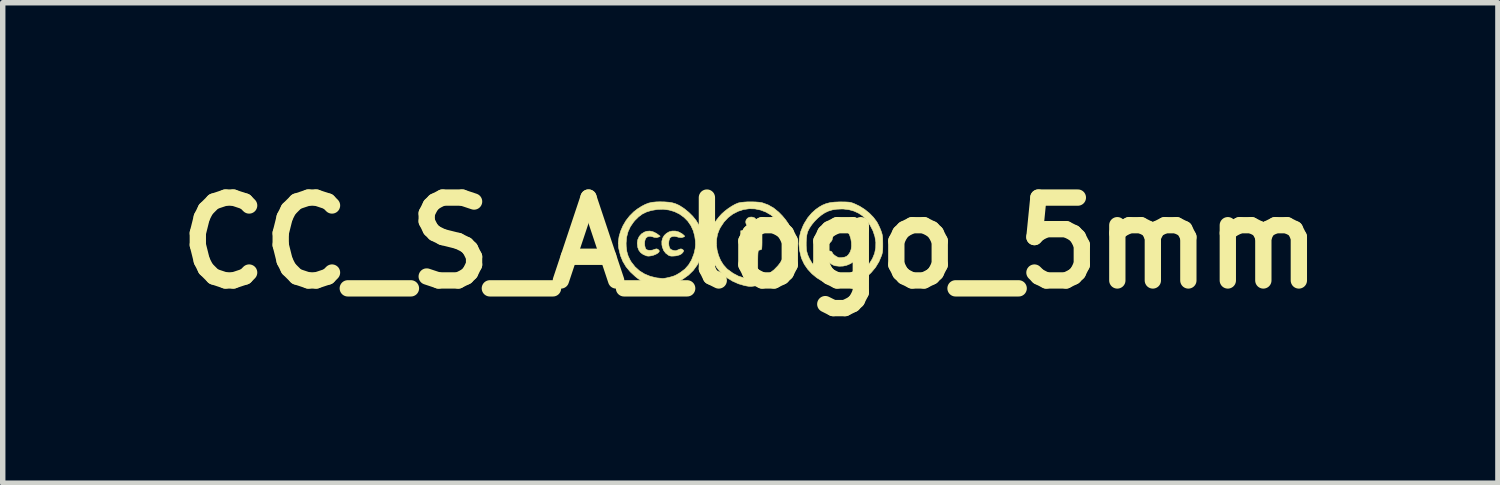
<source format=kicad_pcb>
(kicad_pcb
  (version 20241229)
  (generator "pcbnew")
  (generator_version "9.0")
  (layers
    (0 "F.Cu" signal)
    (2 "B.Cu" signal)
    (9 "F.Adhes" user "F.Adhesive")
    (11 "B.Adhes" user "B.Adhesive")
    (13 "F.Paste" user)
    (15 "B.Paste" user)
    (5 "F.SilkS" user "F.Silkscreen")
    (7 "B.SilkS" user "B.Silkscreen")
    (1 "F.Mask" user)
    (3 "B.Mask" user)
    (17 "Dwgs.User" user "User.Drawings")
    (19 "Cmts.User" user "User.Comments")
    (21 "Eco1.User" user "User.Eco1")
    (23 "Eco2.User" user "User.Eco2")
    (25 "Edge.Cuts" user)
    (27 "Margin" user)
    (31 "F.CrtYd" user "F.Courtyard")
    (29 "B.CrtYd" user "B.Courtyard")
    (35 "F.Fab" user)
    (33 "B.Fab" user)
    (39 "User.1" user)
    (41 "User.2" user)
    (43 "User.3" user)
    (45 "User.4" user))
  (footprint "CC_S_A_logo_5mm"
    (layer "F.Cu")
    (at 10.748 1.418)
    (property "Reference" "CC_S_A_logo_5mm" (at 0 0 0) (layer "F.SilkS") (effects (font (size 1.524 1.524) (thickness 0.3))))
    (attr through_hole)
    (fp_poly (pts (xy 0.072 -0.465) (xy 0.096 -0.446) (xy 0.105 -0.415) (xy 0.104 -0.386) (xy 0.091 -0.341) (xy 0.068 -0.308) (xy 0.037 -0.29) (xy 0.001 -0.288) (xy -0.037 -0.304) (xy -0.038 -0.305) (xy -0.069 -0.334) (xy -0.083 -0.369) (xy -0.083 -0.404) (xy -0.069 -0.435) (xy -0.044 -0.46) (xy -0.008 -0.475) (xy 0.032 -0.476) (xy 0.072 -0.465)) (stroke (width 0.01) (type solid)) (fill yes) (layer "F.SilkS"))
    (fp_poly (pts (xy 0.001 -0.224) (xy 0.058 -0.223) (xy 0.109 -0.22) (xy 0.14 -0.218) (xy 0.215 -0.212) (xy 0.215 -0.058) (xy 0.215 -0.004) (xy 0.214 0.044) (xy 0.212 0.081) (xy 0.21 0.105) (xy 0.209 0.112) (xy 0.196 0.124) (xy 0.18 0.127) (xy 0.158 0.134) (xy 0.147 0.146) (xy 0.143 0.162) (xy 0.14 0.195) (xy 0.138 0.241) (xy 0.137 0.297) (xy 0.137 0.332) (xy 0.137 0.498) (xy -0.085 0.498) (xy -0.091 0.339) (xy -0.093 0.284) (xy -0.096 0.235) (xy -0.099 0.196) (xy -0.102 0.17) (xy -0.103 0.163) (xy -0.116 0.146) (xy -0.137 0.132) (xy -0.15 0.123) (xy -0.16 0.111) (xy -0.167 0.092) (xy -0.172 0.064) (xy -0.174 0.024) (xy -0.176 -0.03) (xy -0.176 -0.084) (xy -0.176 -0.225) (xy -0.055 -0.225) (xy 0.001 -0.224)) (stroke (width 0.01) (type solid)) (fill yes) (layer "F.SilkS"))
    (fp_poly (pts (xy -1.789 -0.206) (xy -1.729 -0.177) (xy -1.705 -0.16) (xy -1.658 -0.124) (xy -1.681 -0.111) (xy -1.722 -0.099) (xy -1.769 -0.104) (xy -1.798 -0.114) (xy -1.843 -0.124) (xy -1.883 -0.118) (xy -1.915 -0.096) (xy -1.931 -0.07) (xy -1.941 -0.034) (xy -1.944 0.008) (xy -1.941 0.051) (xy -1.932 0.089) (xy -1.919 0.115) (xy -1.915 0.119) (xy -1.886 0.132) (xy -1.846 0.136) (xy -1.802 0.132) (xy -1.772 0.122) (xy -1.74 0.111) (xy -1.719 0.109) (xy -1.7 0.117) (xy -1.69 0.125) (xy -1.675 0.141) (xy -1.675 0.155) (xy -1.679 0.164) (xy -1.7 0.186) (xy -1.734 0.206) (xy -1.777 0.224) (xy -1.823 0.236) (xy -1.866 0.242) (xy -1.902 0.239) (xy -1.905 0.238) (xy -1.969 0.212) (xy -2.016 0.178) (xy -2.049 0.135) (xy -2.07 0.081) (xy -2.071 0.073) (xy -2.079 0.002) (xy -2.069 -0.062) (xy -2.043 -0.119) (xy -2.002 -0.166) (xy -1.948 -0.2) (xy -1.903 -0.215) (xy -1.848 -0.219) (xy -1.789 -0.206)) (stroke (width 0.01) (type solid)) (fill yes) (layer "F.SilkS"))
    (fp_poly (pts (xy -1.32 -0.204) (xy -1.262 -0.173) (xy -1.245 -0.161) (xy -1.221 -0.14) (xy -1.209 -0.128) (xy -1.209 -0.12) (xy -1.219 -0.113) (xy -1.223 -0.111) (xy -1.264 -0.099) (xy -1.316 -0.104) (xy -1.348 -0.113) (xy -1.392 -0.123) (xy -1.433 -0.119) (xy -1.465 -0.105) (xy -1.483 -0.083) (xy -1.497 -0.038) (xy -1.501 0.011) (xy -1.496 0.057) (xy -1.482 0.096) (xy -1.47 0.112) (xy -1.451 0.124) (xy -1.423 0.135) (xy -1.414 0.137) (xy -1.385 0.143) (xy -1.362 0.141) (xy -1.334 0.129) (xy -1.331 0.128) (xy -1.299 0.114) (xy -1.277 0.109) (xy -1.259 0.113) (xy -1.243 0.123) (xy -1.229 0.135) (xy -1.227 0.147) (xy -1.236 0.167) (xy -1.263 0.198) (xy -1.306 0.221) (xy -1.362 0.236) (xy -1.401 0.24) (xy -1.445 0.242) (xy -1.476 0.238) (xy -1.5 0.229) (xy -1.554 0.189) (xy -1.593 0.139) (xy -1.618 0.075) (xy -1.626 0.033) (xy -1.627 -0.032) (xy -1.611 -0.09) (xy -1.582 -0.139) (xy -1.541 -0.177) (xy -1.493 -0.205) (xy -1.438 -0.219) (xy -1.379 -0.219) (xy -1.32 -0.204)) (stroke (width 0.01) (type solid)) (fill yes) (layer "F.SilkS"))
    (fp_poly (pts (xy 1.668 -0.395) (xy 1.705 -0.39) (xy 1.73 -0.385) (xy 1.816 -0.361) (xy 1.888 -0.323) (xy 1.948 -0.271) (xy 1.995 -0.204) (xy 2.029 -0.122) (xy 2.047 -0.05) (xy 2.055 0.038) (xy 2.045 0.122) (xy 2.017 0.2) (xy 1.974 0.27) (xy 1.915 0.331) (xy 1.843 0.38) (xy 1.773 0.41) (xy 1.707 0.425) (xy 1.635 0.428) (xy 1.565 0.42) (xy 1.542 0.414) (xy 1.505 0.397) (xy 1.466 0.37) (xy 1.427 0.337) (xy 1.391 0.299) (xy 1.361 0.26) (xy 1.338 0.223) (xy 1.327 0.191) (xy 1.328 0.167) (xy 1.328 0.166) (xy 1.337 0.156) (xy 1.35 0.15) (xy 1.374 0.147) (xy 1.41 0.147) (xy 1.451 0.147) (xy 1.477 0.151) (xy 1.494 0.159) (xy 1.505 0.173) (xy 1.512 0.188) (xy 1.527 0.208) (xy 1.553 0.23) (xy 1.575 0.244) (xy 1.607 0.262) (xy 1.632 0.27) (xy 1.66 0.271) (xy 1.683 0.269) (xy 1.734 0.261) (xy 1.771 0.246) (xy 1.801 0.22) (xy 1.828 0.18) (xy 1.836 0.165) (xy 1.854 0.116) (xy 1.861 0.055) (xy 1.859 -0.012) (xy 1.848 -0.079) (xy 1.828 -0.141) (xy 1.815 -0.169) (xy 1.785 -0.205) (xy 1.744 -0.226) (xy 1.69 -0.233) (xy 1.657 -0.23) (xy 1.598 -0.216) (xy 1.553 -0.189) (xy 1.523 -0.151) (xy 1.51 -0.102) (xy 1.509 -0.091) (xy 1.506 -0.065) (xy 1.499 -0.045) (xy 1.482 -0.023) (xy 1.459 0.001) (xy 1.411 0.049) (xy 1.356 -0.000094) (xy 1.329 -0.024) (xy 1.309 -0.043) (xy 1.298 -0.061) (xy 1.296 -0.079) (xy 1.303 -0.102) (xy 1.318 -0.132) (xy 1.344 -0.173) (xy 1.379 -0.227) (xy 1.38 -0.229) (xy 1.434 -0.297) (xy 1.496 -0.348) (xy 1.566 -0.381) (xy 1.586 -0.387) (xy 1.615 -0.394) (xy 1.641 -0.396) (xy 1.668 -0.395)) (stroke (width 0.01) (type solid)) (fill yes) (layer "F.SilkS"))
    (fp_poly (pts (xy 0.098 -0.754) (xy 0.161 -0.749) (xy 0.211 -0.741) (xy 0.224 -0.738) (xy 0.328 -0.7) (xy 0.428 -0.643) (xy 0.522 -0.567) (xy 0.59 -0.497) (xy 0.65 -0.425) (xy 0.696 -0.358) (xy 0.73 -0.292) (xy 0.753 -0.223) (xy 0.768 -0.146) (xy 0.775 -0.058) (xy 0.776 0.015) (xy 0.773 0.109) (xy 0.766 0.189) (xy 0.753 0.255) (xy 0.734 0.313) (xy 0.711 0.361) (xy 0.639 0.468) (xy 0.554 0.561) (xy 0.457 0.641) (xy 0.349 0.706) (xy 0.232 0.755) (xy 0.109 0.785) (xy 0.103 0.787) (xy 0.056 0.794) (xy 0.022 0.798) (xy -0.006 0.799) (xy -0.035 0.796) (xy -0.072 0.79) (xy -0.107 0.783) (xy -0.217 0.751) (xy -0.325 0.703) (xy -0.427 0.641) (xy -0.518 0.567) (xy -0.564 0.52) (xy -0.615 0.455) (xy -0.661 0.383) (xy -0.699 0.308) (xy -0.727 0.236) (xy -0.742 0.173) (xy -0.75 0.092) (xy -0.752 0.032) (xy -0.623 0.032) (xy -0.611 0.131) (xy -0.585 0.228) (xy -0.547 0.319) (xy -0.496 0.401) (xy -0.434 0.471) (xy -0.413 0.489) (xy -0.316 0.559) (xy -0.219 0.61) (xy -0.12 0.641) (xy -0.018 0.654) (xy 0.087 0.648) (xy 0.172 0.631) (xy 0.271 0.598) (xy 0.359 0.552) (xy 0.438 0.492) (xy 0.512 0.415) (xy 0.549 0.366) (xy 0.599 0.282) (xy 0.634 0.189) (xy 0.654 0.092) (xy 0.658 -0.005) (xy 0.654 -0.045) (xy 0.637 -0.139) (xy 0.614 -0.219) (xy 0.581 -0.291) (xy 0.539 -0.357) (xy 0.535 -0.363) (xy 0.461 -0.447) (xy 0.377 -0.516) (xy 0.285 -0.569) (xy 0.187 -0.606) (xy 0.085 -0.627) (xy -0.019 -0.63) (xy -0.124 -0.615) (xy -0.223 -0.583) (xy -0.322 -0.532) (xy -0.408 -0.467) (xy -0.483 -0.387) (xy -0.547 -0.291) (xy -0.57 -0.248) (xy -0.603 -0.161) (xy -0.62 -0.067) (xy -0.623 0.032) (xy -0.752 0.032) (xy -0.753 0.009) (xy -0.751 -0.073) (xy -0.744 -0.149) (xy -0.733 -0.214) (xy -0.718 -0.265) (xy -0.716 -0.269) (xy -0.693 -0.314) (xy -0.659 -0.368) (xy -0.618 -0.425) (xy -0.575 -0.48) (xy -0.533 -0.527) (xy -0.521 -0.539) (xy -0.466 -0.588) (xy -0.404 -0.635) (xy -0.34 -0.677) (xy -0.279 -0.711) (xy -0.225 -0.734) (xy -0.214 -0.737) (xy -0.169 -0.746) (xy -0.11 -0.752) (xy -0.043 -0.756) (xy 0.029 -0.756) (xy 0.098 -0.754)) (stroke (width 0.01) (type solid)) (fill yes) (layer "F.SilkS"))
    (fp_poly (pts (xy -1.574 -0.755) (xy -1.497 -0.749) (xy -1.432 -0.738) (xy -1.375 -0.721) (xy -1.321 -0.697) (xy -1.299 -0.686) (xy -1.214 -0.63) (xy -1.133 -0.564) (xy -1.059 -0.491) (xy -0.997 -0.414) (xy -0.95 -0.337) (xy -0.949 -0.336) (xy -0.933 -0.295) (xy -0.916 -0.24) (xy -0.9 -0.175) (xy -0.886 -0.107) (xy -0.88 -0.063) (xy -0.875 0.021) (xy -0.882 0.113) (xy -0.9 0.207) (xy -0.926 0.297) (xy -0.961 0.377) (xy -0.977 0.406) (xy -1.049 0.505) (xy -1.136 0.59) (xy -1.238 0.663) (xy -1.353 0.723) (xy -1.482 0.77) (xy -1.525 0.782) (xy -1.586 0.795) (xy -1.643 0.799) (xy -1.701 0.796) (xy -1.767 0.784) (xy -1.827 0.769) (xy -1.897 0.747) (xy -1.957 0.722) (xy -2.012 0.692) (xy -2.07 0.652) (xy -2.112 0.619) (xy -2.207 0.531) (xy -2.284 0.439) (xy -2.344 0.339) (xy -2.388 0.231) (xy -2.417 0.112) (xy -2.423 0.076) (xy -2.426 0.004) (xy -2.284 0.004) (xy -2.282 0.068) (xy -2.27 0.16) (xy -2.246 0.241) (xy -2.209 0.318) (xy -2.189 0.351) (xy -2.119 0.44) (xy -2.038 0.513) (xy -1.944 0.571) (xy -1.839 0.614) (xy -1.722 0.642) (xy -1.612 0.653) (xy -1.587 0.651) (xy -1.55 0.645) (xy -1.507 0.636) (xy -1.49 0.632) (xy -1.446 0.62) (xy -1.413 0.61) (xy -1.385 0.599) (xy -1.355 0.584) (xy -1.319 0.563) (xy -1.283 0.541) (xy -1.203 0.48) (xy -1.136 0.405) (xy -1.082 0.316) (xy -1.041 0.212) (xy -1.029 0.171) (xy -1.014 0.099) (xy -1.008 0.033) (xy -1.01 -0.037) (xy -1.021 -0.116) (xy -1.021 -0.121) (xy -1.049 -0.224) (xy -1.092 -0.318) (xy -1.15 -0.402) (xy -1.221 -0.473) (xy -1.303 -0.532) (xy -1.395 -0.577) (xy -1.495 -0.606) (xy -1.602 -0.62) (xy -1.713 -0.616) (xy -1.715 -0.615) (xy -1.818 -0.598) (xy -1.907 -0.571) (xy -1.985 -0.533) (xy -2.055 -0.481) (xy -2.122 -0.415) (xy -2.144 -0.389) (xy -2.206 -0.3) (xy -2.249 -0.206) (xy -2.275 -0.105) (xy -2.284 0.004) (xy -2.426 0.004) (xy -2.427 -0.019) (xy -2.414 -0.117) (xy -2.385 -0.217) (xy -2.342 -0.316) (xy -2.287 -0.41) (xy -2.22 -0.496) (xy -2.143 -0.573) (xy -2.076 -0.625) (xy -2.001 -0.673) (xy -1.934 -0.708) (xy -1.87 -0.733) (xy -1.804 -0.748) (xy -1.73 -0.755) (xy -1.666 -0.757) (xy -1.574 -0.755)) (stroke (width 0.01) (type solid)) (fill yes) (layer "F.SilkS"))
    (fp_poly (pts (xy 1.692 -0.755) (xy 1.749 -0.754) (xy 1.792 -0.752) (xy 1.824 -0.749) (xy 1.85 -0.744) (xy 1.876 -0.736) (xy 1.906 -0.725) (xy 1.908 -0.724) (xy 2.008 -0.677) (xy 2.103 -0.617) (xy 2.19 -0.547) (xy 2.264 -0.471) (xy 2.324 -0.391) (xy 2.331 -0.38) (xy 2.355 -0.334) (xy 2.381 -0.279) (xy 2.402 -0.227) (xy 2.405 -0.219) (xy 2.417 -0.184) (xy 2.425 -0.154) (xy 2.43 -0.126) (xy 2.434 -0.093) (xy 2.435 -0.052) (xy 2.436 0.003) (xy 2.436 0.015) (xy 2.436 0.074) (xy 2.435 0.119) (xy 2.432 0.154) (xy 2.427 0.183) (xy 2.42 0.211) (xy 2.414 0.23) (xy 2.365 0.346) (xy 2.301 0.451) (xy 2.221 0.546) (xy 2.172 0.592) (xy 2.116 0.638) (xy 2.065 0.675) (xy 2.013 0.705) (xy 1.956 0.73) (xy 1.889 0.754) (xy 1.817 0.776) (xy 1.748 0.792) (xy 1.684 0.799) (xy 1.619 0.796) (xy 1.544 0.783) (xy 1.539 0.782) (xy 1.427 0.749) (xy 1.32 0.701) (xy 1.221 0.639) (xy 1.133 0.566) (xy 1.056 0.483) (xy 0.993 0.392) (xy 0.947 0.295) (xy 0.934 0.256) (xy 0.905 0.133) (xy 0.897 0.053) (xy 1.028 0.053) (xy 1.032 0.115) (xy 1.035 0.144) (xy 1.054 0.214) (xy 1.087 0.289) (xy 1.13 0.363) (xy 1.181 0.431) (xy 1.235 0.489) (xy 1.263 0.511) (xy 1.36 0.572) (xy 1.464 0.615) (xy 1.571 0.641) (xy 1.681 0.649) (xy 1.79 0.638) (xy 1.86 0.62) (xy 1.957 0.58) (xy 2.048 0.523) (xy 2.131 0.449) (xy 2.188 0.381) (xy 2.246 0.288) (xy 2.286 0.19) (xy 2.306 0.089) (xy 2.308 -0.014) (xy 2.291 -0.118) (xy 2.256 -0.223) (xy 2.202 -0.328) (xy 2.13 -0.432) (xy 2.125 -0.438) (xy 2.065 -0.498) (xy 1.992 -0.547) (xy 1.907 -0.586) (xy 1.814 -0.612) (xy 1.717 -0.624) (xy 1.685 -0.625) (xy 1.589 -0.621) (xy 1.506 -0.608) (xy 1.433 -0.585) (xy 1.37 -0.555) (xy 1.307 -0.513) (xy 1.243 -0.46) (xy 1.183 -0.4) (xy 1.13 -0.336) (xy 1.087 -0.272) (xy 1.057 -0.212) (xy 1.05 -0.192) (xy 1.039 -0.144) (xy 1.032 -0.083) (xy 1.028 -0.015) (xy 1.028 0.053) (xy 0.897 0.053) (xy 0.894 0.016) (xy 0.901 -0.098) (xy 0.927 -0.209) (xy 0.972 -0.32) (xy 0.993 -0.361) (xy 1.057 -0.464) (xy 1.129 -0.549) (xy 1.202 -0.615) (xy 1.267 -0.661) (xy 1.33 -0.697) (xy 1.394 -0.723) (xy 1.465 -0.741) (xy 1.544 -0.751) (xy 1.637 -0.755) (xy 1.692 -0.755)) (stroke (width 0.01) (type solid)) (fill yes) (layer "F.SilkS")))
  (gr_rect
    (start -3 -3)
    (end 24.496 5.836)
    (stroke (width 0.1) (type default))
    (fill no)
    (layer "Edge.Cuts")))
</source>
